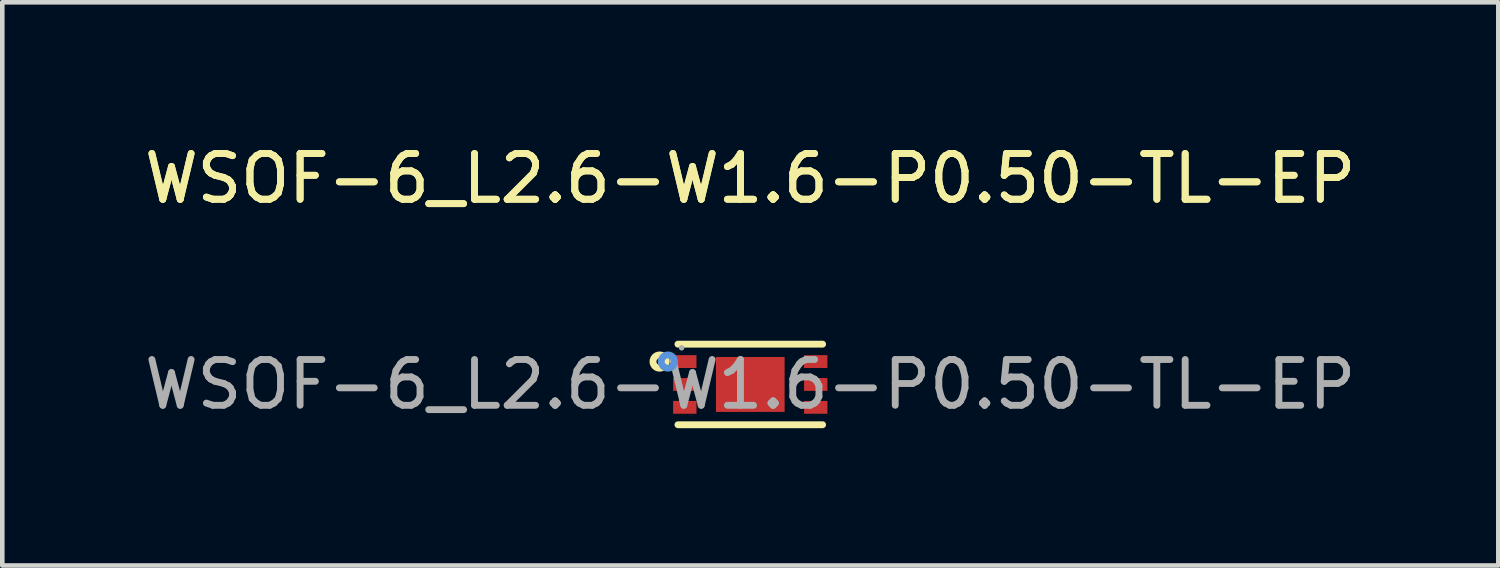
<source format=kicad_pcb>
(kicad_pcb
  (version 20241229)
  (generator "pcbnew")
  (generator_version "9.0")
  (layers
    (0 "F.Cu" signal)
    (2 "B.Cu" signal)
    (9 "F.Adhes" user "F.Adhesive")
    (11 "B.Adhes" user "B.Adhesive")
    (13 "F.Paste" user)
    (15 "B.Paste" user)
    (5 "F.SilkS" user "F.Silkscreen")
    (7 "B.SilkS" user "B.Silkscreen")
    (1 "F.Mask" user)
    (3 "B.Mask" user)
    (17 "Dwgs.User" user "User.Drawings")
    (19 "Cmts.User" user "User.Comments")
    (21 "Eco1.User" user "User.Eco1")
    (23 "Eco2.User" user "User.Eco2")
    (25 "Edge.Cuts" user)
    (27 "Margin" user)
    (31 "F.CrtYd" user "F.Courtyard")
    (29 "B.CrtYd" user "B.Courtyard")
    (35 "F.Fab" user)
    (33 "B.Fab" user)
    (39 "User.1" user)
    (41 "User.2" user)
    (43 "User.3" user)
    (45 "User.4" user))
  (footprint "WSOF-6_L2.6-W1.6-P0.50-TL-EP"
    (layer "F.Cu")
    (at 13.339 5.348)
    (property "Reference" "WSOF-6_L2.6-W1.6-P0.50-TL-EP" (at 0 -4.5 0) (layer "F.SilkS") (effects (font (size 1 1) (thickness 0.15))))
    (attr smd)
    (fp_line (start -1.58 -0.88) (end 1.58 -0.88) (stroke (width 0.15) (type solid)) (layer "F.SilkS"))
    (fp_line (start -1.58 0.88) (end 1.58 0.88) (stroke (width 0.15) (type solid)) (layer "F.SilkS"))
    (fp_circle (center -1.98 -0.5) (end -1.91 -0.5) (stroke (width 0.15) (type solid)) (fill no) (layer "F.SilkS"))
    (fp_circle (center -1.8 -0.5) (end -1.73 -0.5) (stroke (width 0.15) (type solid)) (fill no) (layer "Cmts.User"))
    (fp_circle (center -1.5 -0.8) (end -1.47 -0.8) (stroke (width 0.06) (type solid)) (fill no) (layer "F.Fab"))
    (fp_text user "${REFERENCE}" (at 0 -4.5 0) (layer "F.SilkS") (effects (font (size 1 1) (thickness 0.15))))
    (fp_text user "${REFERENCE}" (at 0 0 0) (layer "F.Fab") (effects (font (size 1 1) (thickness 0.15))))
    (pad "1" smd rect (at -1.43 -0.5) (size 0.51 0.28) (layers "F.Cu" "F.Mask" "F.Paste"))
    (pad "2" smd rect (at -1.43 0) (size 0.51 0.28) (layers "F.Cu" "F.Mask" "F.Paste"))
    (pad "3" smd rect (at -1.43 0.5) (size 0.51 0.28) (layers "F.Cu" "F.Mask" "F.Paste"))
    (pad "4" smd rect (at 1.43 0.5) (size 0.51 0.28) (layers "F.Cu" "F.Mask" "F.Paste"))
    (pad "5" smd rect (at 1.43 0) (size 0.51 0.28) (layers "F.Cu" "F.Mask" "F.Paste"))
    (pad "6" smd rect (at 1.43 -0.5) (size 0.51 0.28) (layers "F.Cu" "F.Mask" "F.Paste"))
    (pad "7" smd rect (at 0 0) (size 1.5 1.2) (layers "F.Cu" "F.Mask" "F.Paste")))
  (gr_rect
    (start -3 -3)
    (end 29.679 9.303)
    (stroke (width 0.1) (type default))
    (fill no)
    (layer "Edge.Cuts")))
</source>
